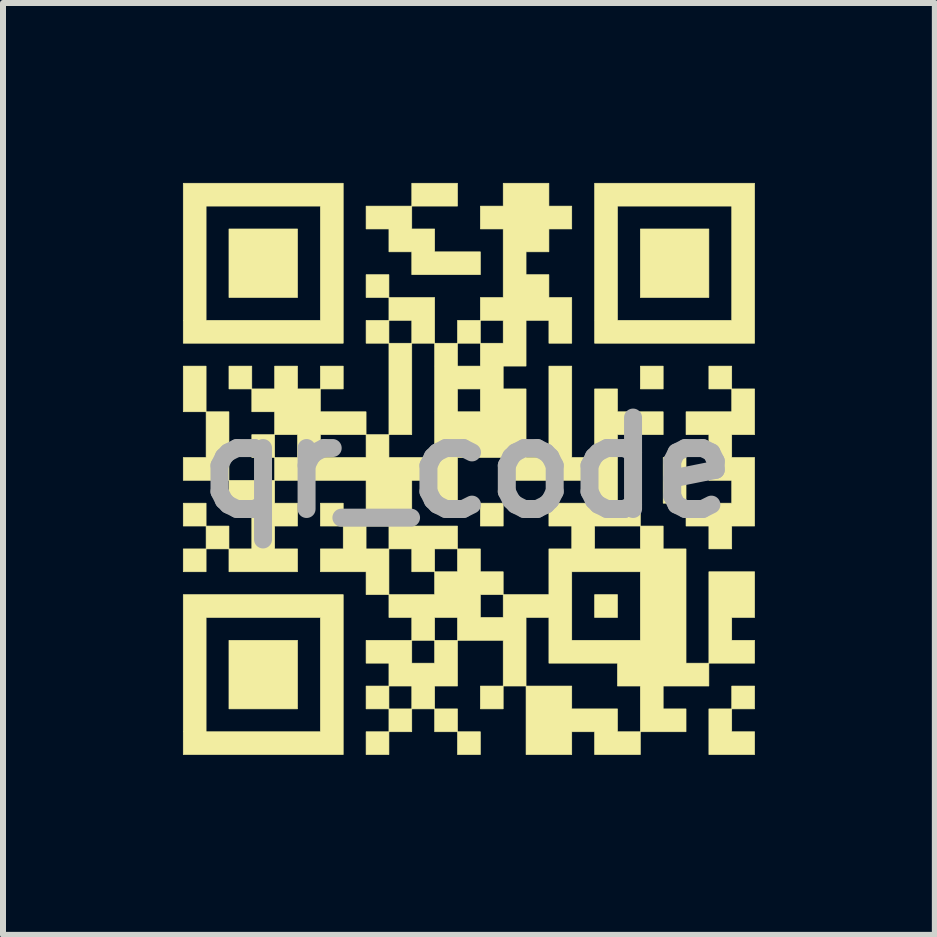
<source format=kicad_pcb>
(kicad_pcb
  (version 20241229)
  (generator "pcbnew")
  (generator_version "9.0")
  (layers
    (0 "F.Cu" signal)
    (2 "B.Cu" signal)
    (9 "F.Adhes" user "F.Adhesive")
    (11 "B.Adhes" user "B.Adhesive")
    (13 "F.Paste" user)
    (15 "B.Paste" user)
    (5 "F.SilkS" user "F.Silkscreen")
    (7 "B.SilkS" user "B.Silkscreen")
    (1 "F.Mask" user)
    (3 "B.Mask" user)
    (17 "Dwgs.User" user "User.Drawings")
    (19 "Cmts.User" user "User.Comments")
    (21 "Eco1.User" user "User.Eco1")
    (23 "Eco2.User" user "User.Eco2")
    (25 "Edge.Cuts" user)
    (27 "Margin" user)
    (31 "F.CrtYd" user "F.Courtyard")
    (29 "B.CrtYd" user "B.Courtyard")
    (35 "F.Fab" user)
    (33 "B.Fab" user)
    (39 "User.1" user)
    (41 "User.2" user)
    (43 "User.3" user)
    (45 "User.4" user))
  (footprint "qr_code"
    (layer "F.Cu")
    (at 4.746 4.746)
    (property "Reference" "qr_code" (at 0 0 0) (layer "F.Fab") (effects (font (size 1.524 1.524) (thickness 0.3))))
    (attr through_hole)
    (fp_poly (pts (xy -4.741 -0.931) (xy -4.741 -1.693) (xy -4.36 -1.693) (xy -4.36 -0.931) (xy -4.741 -0.931)) (stroke (width 0.01) (type solid)) (fill yes) (layer "F.SilkS"))
    (fp_poly (pts (xy -4.741 0.974) (xy -4.741 0.593) (xy -4.36 0.593) (xy -4.36 0.974) (xy -4.741 0.974)) (stroke (width 0.01) (type solid)) (fill yes) (layer "F.SilkS"))
    (fp_poly (pts (xy -4.36 0.974) (xy -3.979 0.974) (xy -3.979 1.355) (xy -4.36 1.355) (xy -4.36 0.974)) (stroke (width 0.01) (type solid)) (fill yes) (layer "F.SilkS"))
    (fp_poly (pts (xy -4.36 1.736) (xy -4.741 1.736) (xy -4.741 1.355) (xy -4.36 1.355) (xy -4.36 1.736)) (stroke (width 0.01) (type solid)) (fill yes) (layer "F.SilkS"))
    (fp_poly (pts (xy -3.979 -1.312) (xy -3.979 -1.693) (xy -3.598 -1.693) (xy -3.598 -1.312) (xy -3.979 -1.312)) (stroke (width 0.01) (type solid)) (fill yes) (layer "F.SilkS"))
    (fp_poly (pts (xy -2.836 -2.836) (xy -3.979 -2.836) (xy -3.979 -3.979) (xy -2.836 -3.979) (xy -2.836 -2.836)) (stroke (width 0.01) (type solid)) (fill yes) (layer "F.SilkS"))
    (fp_poly (pts (xy -2.836 4.022) (xy -3.979 4.022) (xy -3.979 2.879) (xy -2.836 2.879) (xy -2.836 4.022)) (stroke (width 0.01) (type solid)) (fill yes) (layer "F.SilkS"))
    (fp_poly (pts (xy -2.455 -1.693) (xy -2.074 -1.693) (xy -2.074 -1.312) (xy -2.455 -1.312) (xy -2.455 -1.693)) (stroke (width 0.01) (type solid)) (fill yes) (layer "F.SilkS"))
    (fp_poly (pts (xy -2.455 0.974) (xy -2.455 0.593) (xy -2.074 0.593) (xy -2.074 0.974) (xy -2.455 0.974)) (stroke (width 0.01) (type solid)) (fill yes) (layer "F.SilkS"))
    (fp_poly (pts (xy -1.693 -2.836) (xy -1.693 -3.217) (xy -1.312 -3.217) (xy -1.312 -2.836) (xy -1.693 -2.836)) (stroke (width 0.01) (type solid)) (fill yes) (layer "F.SilkS"))
    (fp_poly (pts (xy -1.312 4.784) (xy -1.693 4.784) (xy -1.693 4.403) (xy -1.312 4.403) (xy -1.312 4.784)) (stroke (width 0.01) (type solid)) (fill yes) (layer "F.SilkS"))
    (fp_poly (pts (xy -0.931 -4.741) (xy -0.169 -4.741) (xy -0.169 -4.36) (xy -0.931 -4.36) (xy -0.931 -4.741)) (stroke (width 0.01) (type solid)) (fill yes) (layer "F.SilkS"))
    (fp_poly (pts (xy -0.55 4.403) (xy -0.55 4.022) (xy -0.169 4.022) (xy -0.169 4.403) (xy -0.55 4.403)) (stroke (width 0.01) (type solid)) (fill yes) (layer "F.SilkS"))
    (fp_poly (pts (xy 0.212 4.403) (xy 0.212 4.784) (xy -0.169 4.784) (xy -0.169 4.403) (xy 0.212 4.403)) (stroke (width 0.01) (type solid)) (fill yes) (layer "F.SilkS"))
    (fp_poly (pts (xy 0.593 0.974) (xy 0.212 0.974) (xy 0.212 0.593) (xy 0.593 0.593) (xy 0.593 0.974)) (stroke (width 0.01) (type solid)) (fill yes) (layer "F.SilkS"))
    (fp_poly (pts (xy 0.593 4.022) (xy 0.212 4.022) (xy 0.212 3.641) (xy 0.593 3.641) (xy 0.593 4.022)) (stroke (width 0.01) (type solid)) (fill yes) (layer "F.SilkS"))
    (fp_poly (pts (xy 2.498 2.498) (xy 2.117 2.498) (xy 2.117 2.117) (xy 2.498 2.117) (xy 2.498 2.498)) (stroke (width 0.01) (type solid)) (fill yes) (layer "F.SilkS"))
    (fp_poly (pts (xy 3.26 -1.312) (xy 2.879 -1.312) (xy 2.879 -1.693) (xy 3.26 -1.693) (xy 3.26 -1.312)) (stroke (width 0.01) (type solid)) (fill yes) (layer "F.SilkS"))
    (fp_poly (pts (xy 3.26 0.593) (xy 3.26 -0.169) (xy 3.641 -0.169) (xy 3.641 0.593) (xy 3.26 0.593)) (stroke (width 0.01) (type solid)) (fill yes) (layer "F.SilkS"))
    (fp_poly (pts (xy 4.022 -2.836) (xy 2.879 -2.836) (xy 2.879 -3.979) (xy 4.022 -3.979) (xy 4.022 -2.836)) (stroke (width 0.01) (type solid)) (fill yes) (layer "F.SilkS"))
    (fp_poly (pts (xy 4.022 -1.312) (xy 4.022 -1.693) (xy 4.403 -1.693) (xy 4.403 -1.312) (xy 4.022 -1.312)) (stroke (width 0.01) (type solid)) (fill yes) (layer "F.SilkS"))
    (fp_poly (pts (xy 4.403 3.641) (xy 4.784 3.641) (xy 4.784 4.022) (xy 4.403 4.022) (xy 4.403 3.641)) (stroke (width 0.01) (type solid)) (fill yes) (layer "F.SilkS"))
    (fp_poly (pts (xy -3.979 -0.931) (xy -3.979 0.212) (xy -4.741 0.212) (xy -4.741 -0.169) (xy -4.36 -0.169) (xy -4.36 -0.931) (xy -3.979 -0.931)) (stroke (width 0.01) (type solid)) (fill yes) (layer "F.SilkS"))
    (fp_poly (pts (xy 4.403 4.403) (xy 4.784 4.403) (xy 4.784 4.784) (xy 4.022 4.784) (xy 4.022 4.022) (xy 4.403 4.022) (xy 4.403 4.403)) (stroke (width 0.01) (type solid)) (fill yes) (layer "F.SilkS"))
    (fp_poly (pts (xy 4.022 1.736) (xy 4.784 1.736) (xy 4.784 2.498) (xy 4.403 2.498) (xy 4.403 2.879) (xy 4.784 2.879) (xy 4.784 3.26) (xy 4.022 3.26) (xy 4.022 1.736)) (stroke (width 0.01) (type solid)) (fill yes) (layer "F.SilkS"))
    (fp_poly (pts (xy -2.074 -2.074) (xy -4.741 -2.074) (xy -4.741 -4.36) (xy -4.36 -4.36) (xy -4.36 -2.455) (xy -2.455 -2.455) (xy -2.455 -4.36) (xy -4.36 -4.36) (xy -4.741 -4.36) (xy -4.741 -4.741) (xy -2.074 -4.741) (xy -2.074 -2.074)) (stroke (width 0.01) (type solid)) (fill yes) (layer "F.SilkS"))
    (fp_poly (pts (xy -2.074 4.784) (xy -4.741 4.784) (xy -4.741 2.498) (xy -4.36 2.498) (xy -4.36 4.403) (xy -2.455 4.403) (xy -2.455 2.498) (xy -4.36 2.498) (xy -4.741 2.498) (xy -4.741 2.117) (xy -2.074 2.117) (xy -2.074 4.784)) (stroke (width 0.01) (type solid)) (fill yes) (layer "F.SilkS"))
    (fp_poly (pts (xy 4.784 -2.074) (xy 2.117 -2.074) (xy 2.117 -4.36) (xy 2.498 -4.36) (xy 2.498 -2.455) (xy 4.403 -2.455) (xy 4.403 -4.36) (xy 2.498 -4.36) (xy 2.117 -4.36) (xy 2.117 -4.741) (xy 4.784 -4.741) (xy 4.784 -2.074)) (stroke (width 0.01) (type solid)) (fill yes) (layer "F.SilkS"))
    (fp_poly (pts (xy -0.931 -3.979) (xy -0.55 -3.979) (xy -0.55 -3.598) (xy 0.212 -3.598) (xy 0.212 -3.217) (xy -0.931 -3.217) (xy -0.931 -3.598) (xy -1.312 -3.598) (xy -1.312 -3.979) (xy -1.693 -3.979) (xy -1.693 -4.36) (xy -0.931 -4.36) (xy -0.931 -3.979)) (stroke (width 0.01) (type solid)) (fill yes) (layer "F.SilkS"))
    (fp_poly (pts (xy -3.598 1.355) (xy -3.598 0.593) (xy -3.979 0.593) (xy -3.979 0.212) (xy -3.217 0.212) (xy -3.217 0.593) (xy -2.836 0.593) (xy -2.836 0.974) (xy -3.217 0.974) (xy -3.217 1.355) (xy -2.836 1.355) (xy -2.836 1.736) (xy -3.979 1.736) (xy -3.979 1.355) (xy -3.598 1.355)) (stroke (width 0.01) (type solid)) (fill yes) (layer "F.SilkS"))
    (fp_poly (pts (xy 4.403 0.593) (xy 4.403 0.212) (xy 4.022 0.212) (xy 4.022 -0.55) (xy 3.641 -0.55) (xy 3.641 -0.931) (xy 4.403 -0.931) (xy 4.403 -1.312) (xy 4.784 -1.312) (xy 4.784 -0.55) (xy 4.403 -0.55) (xy 4.403 -0.169) (xy 4.784 -0.169) (xy 4.784 0.974) (xy 4.403 0.974) (xy 4.403 1.355) (xy 4.022 1.355) (xy 4.022 0.974) (xy 3.641 0.974) (xy 3.641 0.593) (xy 4.403 0.593)) (stroke (width 0.01) (type solid)) (fill yes) (layer "F.SilkS"))
    (fp_poly (pts (xy 3.26 0.974) (xy 3.26 1.355) (xy 3.641 1.355) (xy 3.641 3.26) (xy 4.022 3.26) (xy 4.022 3.641) (xy 3.26 3.641) (xy 3.26 4.022) (xy 3.641 4.022) (xy 3.641 4.403) (xy 2.879 4.403) (xy 2.879 4.784) (xy 2.117 4.784) (xy 2.117 4.403) (xy 1.736 4.403) (xy 1.736 4.784) (xy 0.974 4.784) (xy 0.974 3.641) (xy 0.593 3.641) (xy 0.593 2.879) (xy -0.169 2.879) (xy -0.169 3.641) (xy -0.55 3.641) (xy -0.55 4.022) (xy -0.931 4.022) (xy -0.931 4.403) (xy -1.312 4.403) (xy -1.312 4.022) (xy -1.693 4.022) (xy -1.693 3.641) (xy -1.312 3.641) (xy -1.312 4.022) (xy -0.931 4.022) (xy -0.931 3.641) (xy -1.312 3.641) (xy -1.312 3.26) (xy -1.693 3.26) (xy -1.693 2.879) (xy -0.931 2.879) (xy -0.931 3.26) (xy -0.55 3.26) (xy -0.55 2.879) (xy -0.931 2.879) (xy -0.931 2.498) (xy -0.55 2.498) (xy -0.55 2.879) (xy -0.169 2.879) (xy -0.169 2.498) (xy -0.55 2.498) (xy -0.931 2.498) (xy -1.312 2.498) (xy -1.312 2.117) (xy -0.55 2.117) (xy 0.212 2.117) (xy 0.212 2.498) (xy 0.593 2.498) (xy 0.974 2.498) (xy 0.974 3.641) (xy 1.736 3.641) (xy 1.736 4.022) (xy 2.498 4.022) (xy 2.498 4.403) (xy 2.879 4.403) (xy 2.879 3.641) (xy 2.498 3.641) (xy 2.498 3.26) (xy 1.355 3.26) (xy 1.355 2.498) (xy 0.974 2.498) (xy 0.593 2.498) (xy 0.593 2.117) (xy 0.212 2.117) (xy -0.55 2.117) (xy -0.55 1.736) (xy -0.931 1.736) (xy -0.931 1.355) (xy -0.55 1.355) (xy -0.55 1.736) (xy -0.169 1.736) (xy -0.169 1.355) (xy -0.55 1.355) (xy -0.931 1.355) (xy -1.312 1.355) (xy -1.312 2.117) (xy -1.693 2.117) (xy -1.693 1.736) (xy -2.455 1.736) (xy -2.455 1.355) (xy -2.074 1.355) (xy -2.074 0.974) (xy -1.693 0.974) (xy -1.693 1.355) (xy -1.312 1.355) (xy -1.312 0.974) (xy -1.693 0.974) (xy -1.693 0.212) (xy -0.931 0.212) (xy -0.931 0.974) (xy -0.169 0.974) (xy -0.169 1.355) (xy 0.212 1.355) (xy 0.212 1.736) (xy 0.593 1.736) (xy 0.593 2.117) (xy 1.355 2.117) (xy 1.355 1.736) (xy 1.736 1.736) (xy 1.736 2.879) (xy 2.879 2.879) (xy 2.879 1.736) (xy 1.736 1.736) (xy 1.355 1.736) (xy 1.355 1.355) (xy 1.736 1.355) (xy 1.736 0.974) (xy 2.117 0.974) (xy 2.117 1.355) (xy 2.879 1.355) (xy 2.879 0.974) (xy 2.117 0.974) (xy 1.736 0.974) (xy 1.355 0.974) (xy 1.355 0.593) (xy 2.117 0.593) (xy 2.117 0.212) (xy 0.593 0.212) (xy 0.593 -0.169) (xy -0.169 -0.169) (xy -0.169 0.593) (xy -0.55 0.593) (xy -0.55 0.212) (xy -0.931 0.212) (xy -1.693 0.212) (xy -3.217 0.212) (xy -3.217 -0.169) (xy -3.598 -0.169) (xy -3.598 -0.55) (xy -3.217 -0.55) (xy -3.217 -0.169) (xy -2.836 -0.169) (xy -2.836 -0.55) (xy -2.455 -0.55) (xy -2.455 -0.169) (xy -1.693 -0.169) (xy -1.693 -0.55) (xy -2.455 -0.55) (xy -2.836 -0.55) (xy -3.217 -0.55) (xy -3.217 -0.931) (xy -3.598 -0.931) (xy -3.598 -1.312) (xy -3.217 -1.312) (xy -3.217 -1.693) (xy -2.836 -1.693) (xy -2.836 -1.312) (xy -2.455 -1.312) (xy -2.455 -0.931) (xy -1.693 -0.931) (xy -1.693 -0.55) (xy -1.312 -0.55) (xy -1.312 -0.169) (xy -0.55 -0.169) (xy -0.55 -1.312) (xy -0.169 -1.312) (xy -0.169 -0.931) (xy 0.212 -0.931) (xy 0.212 -1.312) (xy -0.169 -1.312) (xy -0.55 -1.312) (xy -0.55 -2.074) (xy -0.931 -2.074) (xy -0.931 -0.55) (xy -1.312 -0.55) (xy -1.312 -2.074) (xy -1.693 -2.074) (xy -1.693 -2.455) (xy -1.312 -2.455) (xy -1.312 -2.074) (xy -0.931 -2.074) (xy -0.931 -2.455) (xy -1.312 -2.455) (xy -1.312 -2.836) (xy -0.55 -2.836) (xy -0.55 -2.074) (xy -0.169 -2.074) (xy -0.169 -1.693) (xy 0.212 -1.693) (xy 0.212 -2.074) (xy -0.169 -2.074) (xy -0.169 -2.455) (xy 0.212 -2.455) (xy 0.212 -2.074) (xy 0.593 -2.074) (xy 0.593 -2.455) (xy 0.212 -2.455) (xy 0.212 -2.836) (xy 0.593 -2.836) (xy 0.593 -3.979) (xy 0.212 -3.979) (xy 0.212 -4.36) (xy 0.593 -4.36) (xy 0.593 -4.741) (xy 1.355 -4.741) (xy 1.355 -4.36) (xy 1.736 -4.36) (xy 1.736 -3.979) (xy 1.355 -3.979) (xy 1.355 -3.598) (xy 0.974 -3.598) (xy 0.974 -3.217) (xy 1.355 -3.217) (xy 1.355 -2.836) (xy 1.736 -2.836) (xy 1.736 -2.074) (xy 1.355 -2.074) (xy 1.355 -2.455) (xy 0.974 -2.455) (xy 0.974 -1.693) (xy 0.593 -1.693) (xy 0.593 -1.312) (xy 0.974 -1.312) (xy 0.974 -0.169) (xy 1.355 -0.169) (xy 1.355 -1.693) (xy 1.736 -1.693) (xy 1.736 -0.169) (xy 2.117 -0.169) (xy 2.117 -1.312) (xy 2.498 -1.312) (xy 2.498 -0.931) (xy 3.26 -0.931) (xy 3.26 -0.55) (xy 2.498 -0.55) (xy 2.498 0.593) (xy 2.879 0.593) (xy 2.879 0.974) (xy 3.26 0.974)) (stroke (width 0.01) (type solid)) (fill yes) (layer "F.SilkS")))
  (gr_rect
    (start -3 -3)
    (end 12.535 12.535)
    (stroke (width 0.1) (type default))
    (fill no)
    (layer "Edge.Cuts")))
</source>
